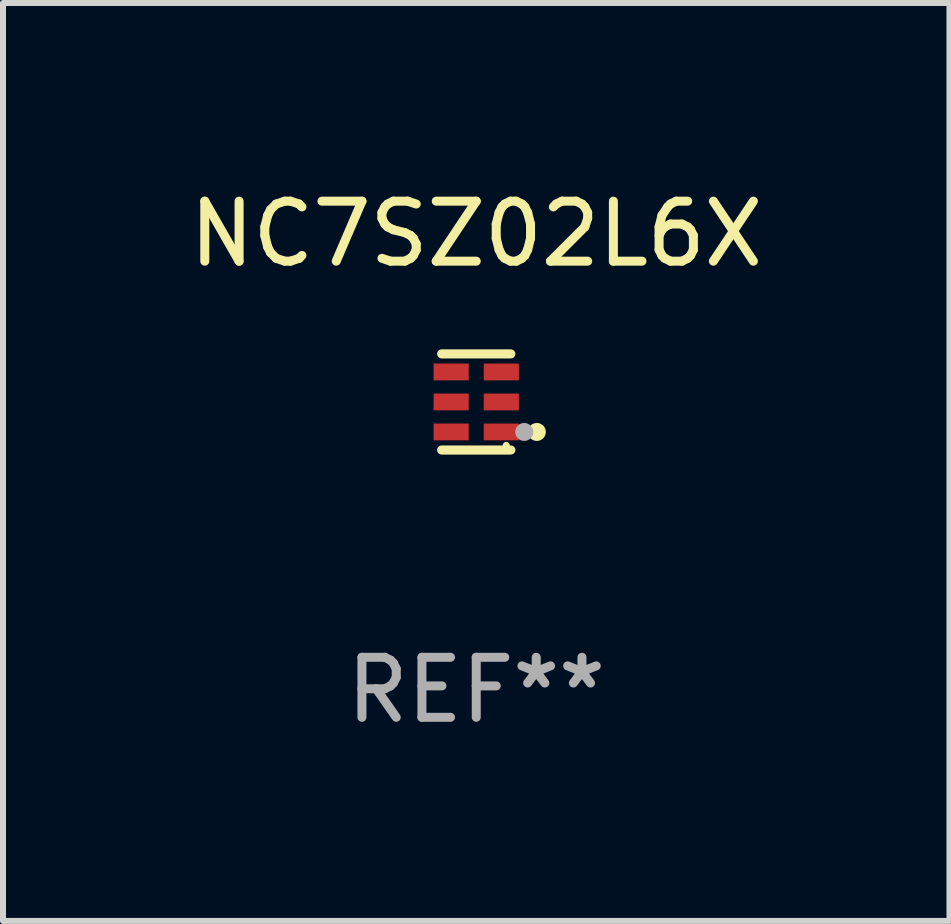
<source format=kicad_pcb>
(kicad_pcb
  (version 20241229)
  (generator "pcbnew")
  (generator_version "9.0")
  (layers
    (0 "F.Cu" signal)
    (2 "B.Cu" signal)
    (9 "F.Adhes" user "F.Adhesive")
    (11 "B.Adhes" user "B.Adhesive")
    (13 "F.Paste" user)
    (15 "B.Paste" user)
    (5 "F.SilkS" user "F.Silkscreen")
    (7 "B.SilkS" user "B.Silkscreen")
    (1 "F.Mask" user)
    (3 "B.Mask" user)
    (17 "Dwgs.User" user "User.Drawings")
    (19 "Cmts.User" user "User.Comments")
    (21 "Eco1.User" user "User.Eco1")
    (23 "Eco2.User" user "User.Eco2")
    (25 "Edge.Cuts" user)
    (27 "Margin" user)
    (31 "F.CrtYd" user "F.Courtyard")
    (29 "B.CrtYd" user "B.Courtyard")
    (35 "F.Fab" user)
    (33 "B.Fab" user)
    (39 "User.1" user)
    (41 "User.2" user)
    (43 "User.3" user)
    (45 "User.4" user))
  (footprint "NC7SZ02L6X"
    (layer "F.Cu")
    (at 4.887 3.649)
    (property "Reference" "NC7SZ02L6X" (at 0 -2.801 0) (layer "F.SilkS") (effects (font (size 1 1) (thickness 0.15))))
    (attr through_hole)
    (fp_line (start 0.576 -0.801) (end -0.576 -0.801) (stroke (width 0.152) (type solid)) (layer "F.SilkS"))
    (fp_line (start 0.576 0.801) (end -0.576 0.801) (stroke (width 0.152) (type solid)) (layer "F.SilkS"))
    (fp_circle (center 0.5 0.725) (end 0.53 0.725) (stroke (width 0.06) (type solid)) (fill no) (layer "F.SilkS"))
    (fp_circle (center 1.01 0.5) (end 1.085 0.5) (stroke (width 0.15) (type solid)) (fill no) (layer "F.SilkS"))
    (fp_circle (center 0.8 0.5) (end 0.875 0.5) (stroke (width 0.15) (type solid)) (fill no) (layer "F.Fab"))
    (fp_text user "REF**" (at 0 4.801 0) (layer "F.Fab") (effects (font (size 1 1) (thickness 0.15))))
    (pad "1" smd rect (at 0.418 0.5 90) (size 0.28 0.585) (layers "F.Cu" "F.Mask" "F.Paste"))
    (pad "2" smd rect (at 0.418 0 90) (size 0.28 0.585) (layers "F.Cu" "F.Mask" "F.Paste"))
    (pad "3" smd rect (at 0.418 -0.5 90) (size 0.28 0.585) (layers "F.Cu" "F.Mask" "F.Paste"))
    (pad "4" smd rect (at -0.418 -0.5 90) (size 0.28 0.585) (layers "F.Cu" "F.Mask" "F.Paste"))
    (pad "5" smd rect (at -0.418 0 90) (size 0.28 0.585) (layers "F.Cu" "F.Mask" "F.Paste"))
    (pad "6" smd rect (at -0.418 0.5 90) (size 0.28 0.585) (layers "F.Cu" "F.Mask" "F.Paste")))
  (gr_rect
    (start -3 -3)
    (end 12.774 12.299)
    (stroke (width 0.1) (type default))
    (fill no)
    (layer "Edge.Cuts")))
</source>
